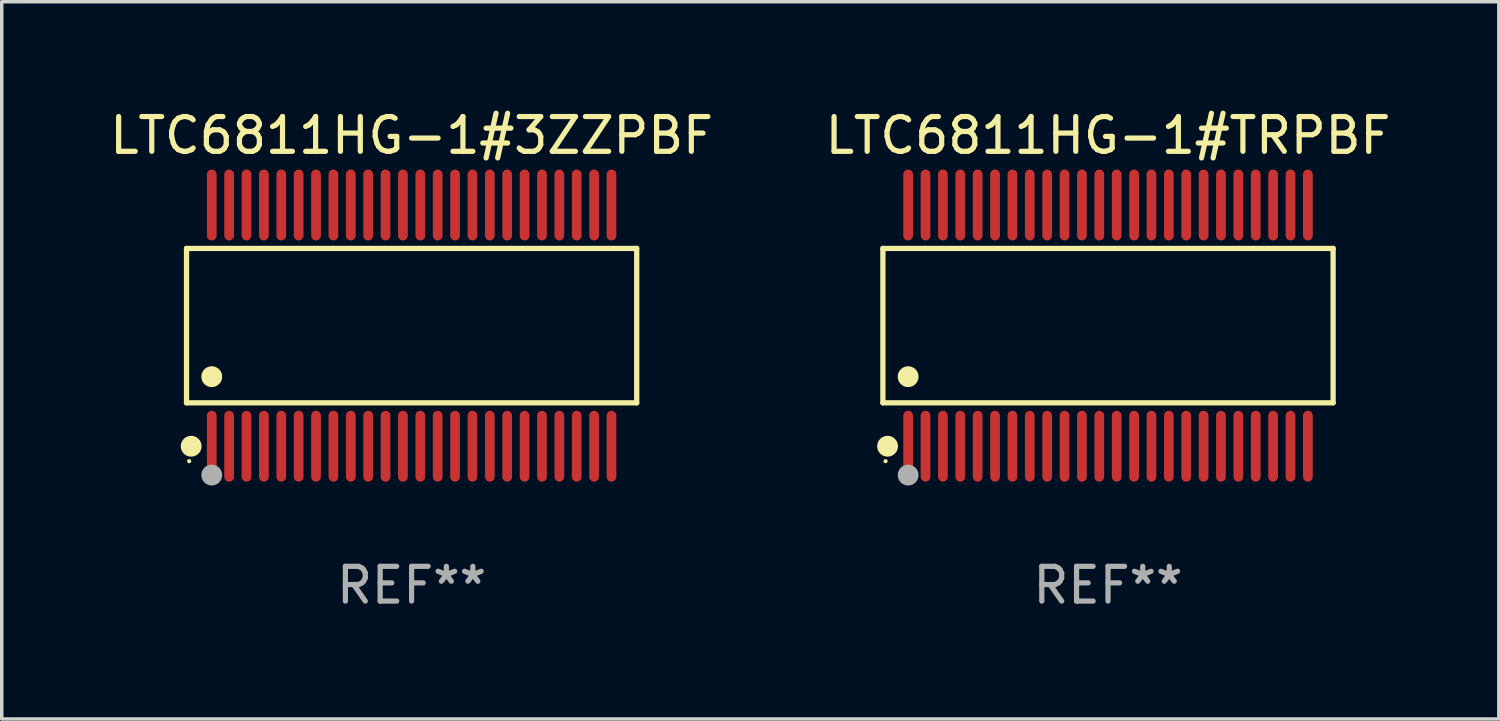
<source format=kicad_pcb>
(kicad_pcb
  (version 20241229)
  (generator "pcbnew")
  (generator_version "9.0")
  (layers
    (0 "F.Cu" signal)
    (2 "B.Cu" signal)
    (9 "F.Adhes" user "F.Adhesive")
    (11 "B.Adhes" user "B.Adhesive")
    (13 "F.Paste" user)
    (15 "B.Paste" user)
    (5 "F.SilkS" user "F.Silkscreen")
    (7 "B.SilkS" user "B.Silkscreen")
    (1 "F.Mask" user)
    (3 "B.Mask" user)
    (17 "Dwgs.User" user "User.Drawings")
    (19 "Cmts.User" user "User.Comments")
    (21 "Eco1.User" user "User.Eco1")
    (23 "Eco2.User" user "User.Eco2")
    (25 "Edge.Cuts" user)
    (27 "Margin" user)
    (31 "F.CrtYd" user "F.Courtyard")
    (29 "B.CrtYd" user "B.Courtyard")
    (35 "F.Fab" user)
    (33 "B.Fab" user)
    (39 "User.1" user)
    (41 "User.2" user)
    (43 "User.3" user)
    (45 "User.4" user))
  (footprint "LTC6811HG-1#3ZZPBF"
    (layer "F.Cu")
    (at 8.792 6.318)
    (property "Reference" "LTC6811HG-1#3ZZPBF" (at 0 -5.47 0) (layer "F.SilkS") (effects (font (size 1 1) (thickness 0.15))))
    (attr through_hole)
    (fp_line (start -6.476 -2.221) (end 6.476 -2.221) (stroke (width 0.152) (type solid)) (layer "F.SilkS"))
    (fp_line (start -6.476 2.221) (end -6.476 -2.221) (stroke (width 0.152) (type solid)) (layer "F.SilkS"))
    (fp_line (start 6.476 -2.221) (end 6.476 2.221) (stroke (width 0.152) (type solid)) (layer "F.SilkS"))
    (fp_line (start 6.476 2.221) (end -6.476 2.221) (stroke (width 0.152) (type solid)) (layer "F.SilkS"))
    (fp_circle (center -6.4 3.9) (end -6.37 3.9) (stroke (width 0.06) (type solid)) (fill no) (layer "F.SilkS"))
    (fp_circle (center -6.342 3.47) (end -6.192 3.47) (stroke (width 0.3) (type solid)) (fill no) (layer "F.SilkS"))
    (fp_circle (center -5.75 1.469) (end -5.6 1.469) (stroke (width 0.3) (type solid)) (fill no) (layer "F.SilkS"))
    (fp_circle (center -5.75 4.3) (end -5.6 4.3) (stroke (width 0.3) (type solid)) (fill no) (layer "F.Fab"))
    (fp_text user "REF**" (at 0 7.47 0) (layer "F.Fab") (effects (font (size 1 1) (thickness 0.15))))
    (pad "1" smd oval (at -5.75 3.47) (size 0.28 2.04) (layers "F.Cu" "F.Mask" "F.Paste"))
    (pad "2" smd oval (at -5.25 3.47) (size 0.28 2.04) (layers "F.Cu" "F.Mask" "F.Paste"))
    (pad "3" smd oval (at -4.75 3.47) (size 0.28 2.04) (layers "F.Cu" "F.Mask" "F.Paste"))
    (pad "4" smd oval (at -4.25 3.47) (size 0.28 2.04) (layers "F.Cu" "F.Mask" "F.Paste"))
    (pad "5" smd oval (at -3.75 3.47) (size 0.28 2.04) (layers "F.Cu" "F.Mask" "F.Paste"))
    (pad "6" smd oval (at -3.25 3.47) (size 0.28 2.04) (layers "F.Cu" "F.Mask" "F.Paste"))
    (pad "7" smd oval (at -2.75 3.47) (size 0.28 2.04) (layers "F.Cu" "F.Mask" "F.Paste"))
    (pad "8" smd oval (at -2.25 3.47) (size 0.28 2.04) (layers "F.Cu" "F.Mask" "F.Paste"))
    (pad "9" smd oval (at -1.75 3.47) (size 0.28 2.04) (layers "F.Cu" "F.Mask" "F.Paste"))
    (pad "10" smd oval (at -1.25 3.47) (size 0.28 2.04) (layers "F.Cu" "F.Mask" "F.Paste"))
    (pad "11" smd oval (at -0.75 3.47) (size 0.28 2.04) (layers "F.Cu" "F.Mask" "F.Paste"))
    (pad "12" smd oval (at -0.25 3.47) (size 0.28 2.04) (layers "F.Cu" "F.Mask" "F.Paste"))
    (pad "13" smd oval (at 0.25 3.47) (size 0.28 2.04) (layers "F.Cu" "F.Mask" "F.Paste"))
    (pad "14" smd oval (at 0.75 3.47) (size 0.28 2.04) (layers "F.Cu" "F.Mask" "F.Paste"))
    (pad "15" smd oval (at 1.25 3.47) (size 0.28 2.04) (layers "F.Cu" "F.Mask" "F.Paste"))
    (pad "16" smd oval (at 1.75 3.47) (size 0.28 2.04) (layers "F.Cu" "F.Mask" "F.Paste"))
    (pad "17" smd oval (at 2.25 3.47) (size 0.28 2.04) (layers "F.Cu" "F.Mask" "F.Paste"))
    (pad "18" smd oval (at 2.75 3.47) (size 0.28 2.04) (layers "F.Cu" "F.Mask" "F.Paste"))
    (pad "19" smd oval (at 3.25 3.47) (size 0.28 2.04) (layers "F.Cu" "F.Mask" "F.Paste"))
    (pad "20" smd oval (at 3.75 3.47) (size 0.28 2.04) (layers "F.Cu" "F.Mask" "F.Paste"))
    (pad "21" smd oval (at 4.25 3.47) (size 0.28 2.04) (layers "F.Cu" "F.Mask" "F.Paste"))
    (pad "22" smd oval (at 4.75 3.47) (size 0.28 2.04) (layers "F.Cu" "F.Mask" "F.Paste"))
    (pad "23" smd oval (at 5.25 3.47) (size 0.28 2.04) (layers "F.Cu" "F.Mask" "F.Paste"))
    (pad "24" smd oval (at 5.75 3.47) (size 0.28 2.04) (layers "F.Cu" "F.Mask" "F.Paste"))
    (pad "25" smd oval (at 5.75 -3.47) (size 0.28 2.04) (layers "F.Cu" "F.Mask" "F.Paste"))
    (pad "26" smd oval (at 5.25 -3.47) (size 0.28 2.04) (layers "F.Cu" "F.Mask" "F.Paste"))
    (pad "27" smd oval (at 4.75 -3.47) (size 0.28 2.04) (layers "F.Cu" "F.Mask" "F.Paste"))
    (pad "28" smd oval (at 4.25 -3.47) (size 0.28 2.04) (layers "F.Cu" "F.Mask" "F.Paste"))
    (pad "29" smd oval (at 3.75 -3.47) (size 0.28 2.04) (layers "F.Cu" "F.Mask" "F.Paste"))
    (pad "30" smd oval (at 3.25 -3.47) (size 0.28 2.04) (layers "F.Cu" "F.Mask" "F.Paste"))
    (pad "31" smd oval (at 2.75 -3.47) (size 0.28 2.04) (layers "F.Cu" "F.Mask" "F.Paste"))
    (pad "32" smd oval (at 2.25 -3.47) (size 0.28 2.04) (layers "F.Cu" "F.Mask" "F.Paste"))
    (pad "33" smd oval (at 1.75 -3.47) (size 0.28 2.04) (layers "F.Cu" "F.Mask" "F.Paste"))
    (pad "34" smd oval (at 1.25 -3.47) (size 0.28 2.04) (layers "F.Cu" "F.Mask" "F.Paste"))
    (pad "35" smd oval (at 0.75 -3.47) (size 0.28 2.04) (layers "F.Cu" "F.Mask" "F.Paste"))
    (pad "36" smd oval (at 0.25 -3.47) (size 0.28 2.04) (layers "F.Cu" "F.Mask" "F.Paste"))
    (pad "37" smd oval (at -0.25 -3.47) (size 0.28 2.04) (layers "F.Cu" "F.Mask" "F.Paste"))
    (pad "38" smd oval (at -0.75 -3.47) (size 0.28 2.04) (layers "F.Cu" "F.Mask" "F.Paste"))
    (pad "39" smd oval (at -1.25 -3.47) (size 0.28 2.04) (layers "F.Cu" "F.Mask" "F.Paste"))
    (pad "40" smd oval (at -1.75 -3.47) (size 0.28 2.04) (layers "F.Cu" "F.Mask" "F.Paste"))
    (pad "41" smd oval (at -2.25 -3.47) (size 0.28 2.04) (layers "F.Cu" "F.Mask" "F.Paste"))
    (pad "42" smd oval (at -2.75 -3.47) (size 0.28 2.04) (layers "F.Cu" "F.Mask" "F.Paste"))
    (pad "43" smd oval (at -3.25 -3.47) (size 0.28 2.04) (layers "F.Cu" "F.Mask" "F.Paste"))
    (pad "44" smd oval (at -3.75 -3.47) (size 0.28 2.04) (layers "F.Cu" "F.Mask" "F.Paste"))
    (pad "45" smd oval (at -4.25 -3.47) (size 0.28 2.04) (layers "F.Cu" "F.Mask" "F.Paste"))
    (pad "46" smd oval (at -4.75 -3.47) (size 0.28 2.04) (layers "F.Cu" "F.Mask" "F.Paste"))
    (pad "47" smd oval (at -5.25 -3.47) (size 0.28 2.04) (layers "F.Cu" "F.Mask" "F.Paste"))
    (pad "48" smd oval (at -5.75 -3.47) (size 0.28 2.04) (layers "F.Cu" "F.Mask" "F.Paste")))
  (footprint "LTC6811HG-1#TRPBF"
    (layer "F.Cu")
    (at 28.827 6.318)
    (property "Reference" "LTC6811HG-1#TRPBF" (at 0 -5.47 0) (layer "F.SilkS") (effects (font (size 1 1) (thickness 0.15))))
    (attr through_hole)
    (fp_line (start -6.476 -2.221) (end 6.476 -2.221) (stroke (width 0.152) (type solid)) (layer "F.SilkS"))
    (fp_line (start -6.476 2.221) (end -6.476 -2.221) (stroke (width 0.152) (type solid)) (layer "F.SilkS"))
    (fp_line (start 6.476 -2.221) (end 6.476 2.221) (stroke (width 0.152) (type solid)) (layer "F.SilkS"))
    (fp_line (start 6.476 2.221) (end -6.476 2.221) (stroke (width 0.152) (type solid)) (layer "F.SilkS"))
    (fp_circle (center -6.4 3.9) (end -6.37 3.9) (stroke (width 0.06) (type solid)) (fill no) (layer "F.SilkS"))
    (fp_circle (center -6.342 3.47) (end -6.192 3.47) (stroke (width 0.3) (type solid)) (fill no) (layer "F.SilkS"))
    (fp_circle (center -5.75 1.469) (end -5.6 1.469) (stroke (width 0.3) (type solid)) (fill no) (layer "F.SilkS"))
    (fp_circle (center -5.75 4.3) (end -5.6 4.3) (stroke (width 0.3) (type solid)) (fill no) (layer "F.Fab"))
    (fp_text user "REF**" (at 0 7.47 0) (layer "F.Fab") (effects (font (size 1 1) (thickness 0.15))))
    (pad "1" smd oval (at -5.75 3.47) (size 0.28 2.04) (layers "F.Cu" "F.Mask" "F.Paste"))
    (pad "2" smd oval (at -5.25 3.47) (size 0.28 2.04) (layers "F.Cu" "F.Mask" "F.Paste"))
    (pad "3" smd oval (at -4.75 3.47) (size 0.28 2.04) (layers "F.Cu" "F.Mask" "F.Paste"))
    (pad "4" smd oval (at -4.25 3.47) (size 0.28 2.04) (layers "F.Cu" "F.Mask" "F.Paste"))
    (pad "5" smd oval (at -3.75 3.47) (size 0.28 2.04) (layers "F.Cu" "F.Mask" "F.Paste"))
    (pad "6" smd oval (at -3.25 3.47) (size 0.28 2.04) (layers "F.Cu" "F.Mask" "F.Paste"))
    (pad "7" smd oval (at -2.75 3.47) (size 0.28 2.04) (layers "F.Cu" "F.Mask" "F.Paste"))
    (pad "8" smd oval (at -2.25 3.47) (size 0.28 2.04) (layers "F.Cu" "F.Mask" "F.Paste"))
    (pad "9" smd oval (at -1.75 3.47) (size 0.28 2.04) (layers "F.Cu" "F.Mask" "F.Paste"))
    (pad "10" smd oval (at -1.25 3.47) (size 0.28 2.04) (layers "F.Cu" "F.Mask" "F.Paste"))
    (pad "11" smd oval (at -0.75 3.47) (size 0.28 2.04) (layers "F.Cu" "F.Mask" "F.Paste"))
    (pad "12" smd oval (at -0.25 3.47) (size 0.28 2.04) (layers "F.Cu" "F.Mask" "F.Paste"))
    (pad "13" smd oval (at 0.25 3.47) (size 0.28 2.04) (layers "F.Cu" "F.Mask" "F.Paste"))
    (pad "14" smd oval (at 0.75 3.47) (size 0.28 2.04) (layers "F.Cu" "F.Mask" "F.Paste"))
    (pad "15" smd oval (at 1.25 3.47) (size 0.28 2.04) (layers "F.Cu" "F.Mask" "F.Paste"))
    (pad "16" smd oval (at 1.75 3.47) (size 0.28 2.04) (layers "F.Cu" "F.Mask" "F.Paste"))
    (pad "17" smd oval (at 2.25 3.47) (size 0.28 2.04) (layers "F.Cu" "F.Mask" "F.Paste"))
    (pad "18" smd oval (at 2.75 3.47) (size 0.28 2.04) (layers "F.Cu" "F.Mask" "F.Paste"))
    (pad "19" smd oval (at 3.25 3.47) (size 0.28 2.04) (layers "F.Cu" "F.Mask" "F.Paste"))
    (pad "20" smd oval (at 3.75 3.47) (size 0.28 2.04) (layers "F.Cu" "F.Mask" "F.Paste"))
    (pad "21" smd oval (at 4.25 3.47) (size 0.28 2.04) (layers "F.Cu" "F.Mask" "F.Paste"))
    (pad "22" smd oval (at 4.75 3.47) (size 0.28 2.04) (layers "F.Cu" "F.Mask" "F.Paste"))
    (pad "23" smd oval (at 5.25 3.47) (size 0.28 2.04) (layers "F.Cu" "F.Mask" "F.Paste"))
    (pad "24" smd oval (at 5.75 3.47) (size 0.28 2.04) (layers "F.Cu" "F.Mask" "F.Paste"))
    (pad "25" smd oval (at 5.75 -3.47) (size 0.28 2.04) (layers "F.Cu" "F.Mask" "F.Paste"))
    (pad "26" smd oval (at 5.25 -3.47) (size 0.28 2.04) (layers "F.Cu" "F.Mask" "F.Paste"))
    (pad "27" smd oval (at 4.75 -3.47) (size 0.28 2.04) (layers "F.Cu" "F.Mask" "F.Paste"))
    (pad "28" smd oval (at 4.25 -3.47) (size 0.28 2.04) (layers "F.Cu" "F.Mask" "F.Paste"))
    (pad "29" smd oval (at 3.75 -3.47) (size 0.28 2.04) (layers "F.Cu" "F.Mask" "F.Paste"))
    (pad "30" smd oval (at 3.25 -3.47) (size 0.28 2.04) (layers "F.Cu" "F.Mask" "F.Paste"))
    (pad "31" smd oval (at 2.75 -3.47) (size 0.28 2.04) (layers "F.Cu" "F.Mask" "F.Paste"))
    (pad "32" smd oval (at 2.25 -3.47) (size 0.28 2.04) (layers "F.Cu" "F.Mask" "F.Paste"))
    (pad "33" smd oval (at 1.75 -3.47) (size 0.28 2.04) (layers "F.Cu" "F.Mask" "F.Paste"))
    (pad "34" smd oval (at 1.25 -3.47) (size 0.28 2.04) (layers "F.Cu" "F.Mask" "F.Paste"))
    (pad "35" smd oval (at 0.75 -3.47) (size 0.28 2.04) (layers "F.Cu" "F.Mask" "F.Paste"))
    (pad "36" smd oval (at 0.25 -3.47) (size 0.28 2.04) (layers "F.Cu" "F.Mask" "F.Paste"))
    (pad "37" smd oval (at -0.25 -3.47) (size 0.28 2.04) (layers "F.Cu" "F.Mask" "F.Paste"))
    (pad "38" smd oval (at -0.75 -3.47) (size 0.28 2.04) (layers "F.Cu" "F.Mask" "F.Paste"))
    (pad "39" smd oval (at -1.25 -3.47) (size 0.28 2.04) (layers "F.Cu" "F.Mask" "F.Paste"))
    (pad "40" smd oval (at -1.75 -3.47) (size 0.28 2.04) (layers "F.Cu" "F.Mask" "F.Paste"))
    (pad "41" smd oval (at -2.25 -3.47) (size 0.28 2.04) (layers "F.Cu" "F.Mask" "F.Paste"))
    (pad "42" smd oval (at -2.75 -3.47) (size 0.28 2.04) (layers "F.Cu" "F.Mask" "F.Paste"))
    (pad "43" smd oval (at -3.25 -3.47) (size 0.28 2.04) (layers "F.Cu" "F.Mask" "F.Paste"))
    (pad "44" smd oval (at -3.75 -3.47) (size 0.28 2.04) (layers "F.Cu" "F.Mask" "F.Paste"))
    (pad "45" smd oval (at -4.25 -3.47) (size 0.28 2.04) (layers "F.Cu" "F.Mask" "F.Paste"))
    (pad "46" smd oval (at -4.75 -3.47) (size 0.28 2.04) (layers "F.Cu" "F.Mask" "F.Paste"))
    (pad "47" smd oval (at -5.25 -3.47) (size 0.28 2.04) (layers "F.Cu" "F.Mask" "F.Paste"))
    (pad "48" smd oval (at -5.75 -3.47) (size 0.28 2.04) (layers "F.Cu" "F.Mask" "F.Paste")))
  (gr_rect
    (start -3 -3)
    (end 40.071 17.636)
    (stroke (width 0.1) (type default))
    (fill no)
    (layer "Edge.Cuts")))
</source>
